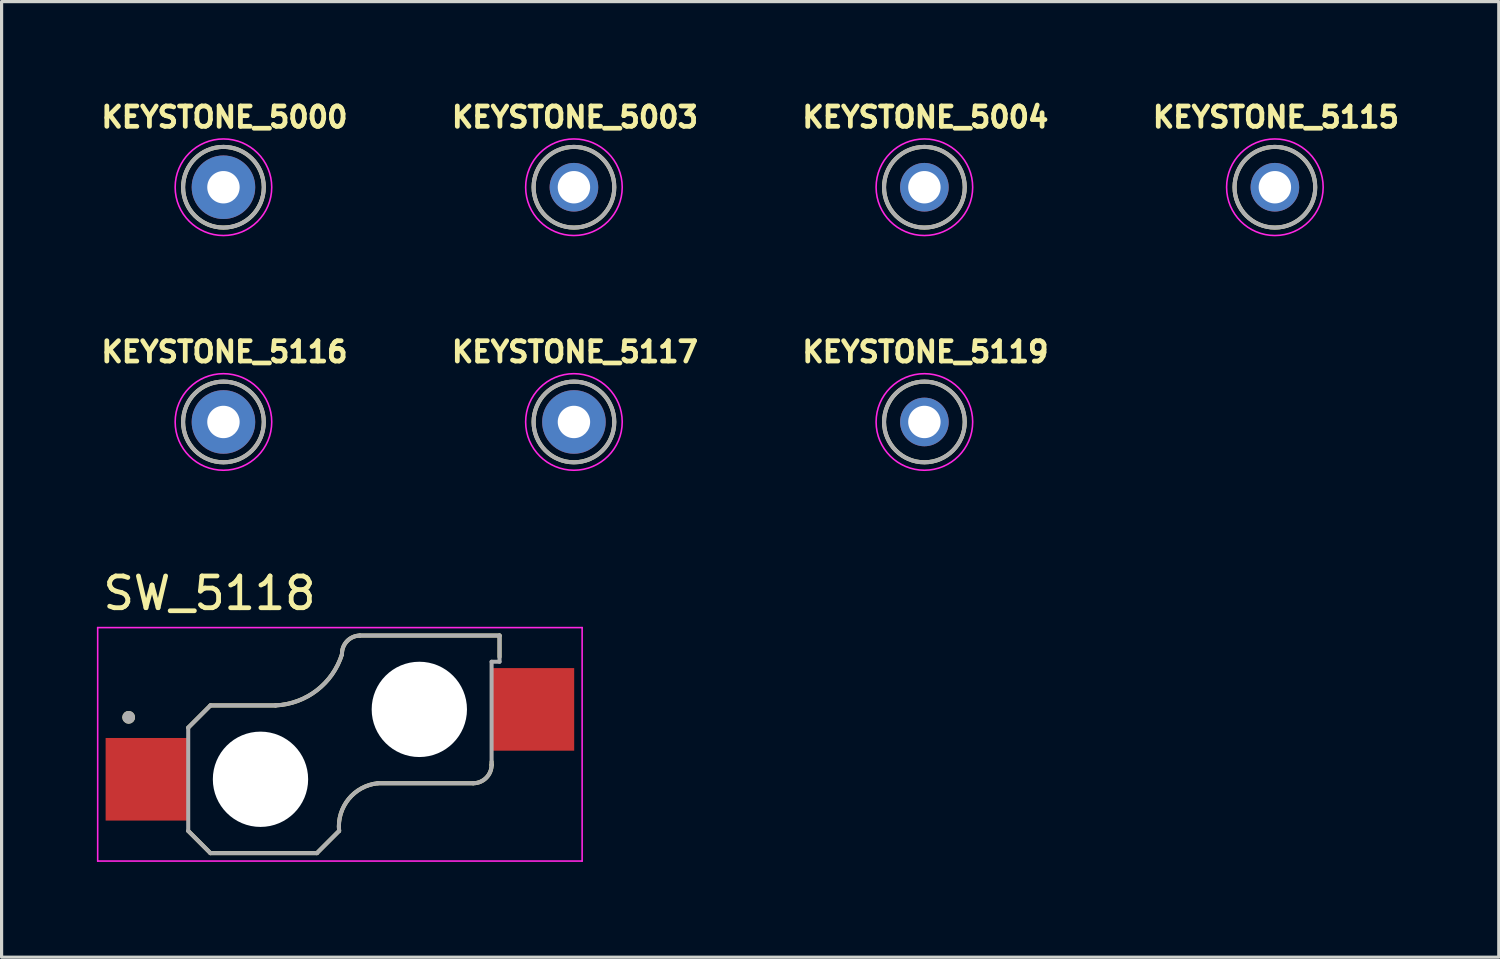
<source format=kicad_pcb>
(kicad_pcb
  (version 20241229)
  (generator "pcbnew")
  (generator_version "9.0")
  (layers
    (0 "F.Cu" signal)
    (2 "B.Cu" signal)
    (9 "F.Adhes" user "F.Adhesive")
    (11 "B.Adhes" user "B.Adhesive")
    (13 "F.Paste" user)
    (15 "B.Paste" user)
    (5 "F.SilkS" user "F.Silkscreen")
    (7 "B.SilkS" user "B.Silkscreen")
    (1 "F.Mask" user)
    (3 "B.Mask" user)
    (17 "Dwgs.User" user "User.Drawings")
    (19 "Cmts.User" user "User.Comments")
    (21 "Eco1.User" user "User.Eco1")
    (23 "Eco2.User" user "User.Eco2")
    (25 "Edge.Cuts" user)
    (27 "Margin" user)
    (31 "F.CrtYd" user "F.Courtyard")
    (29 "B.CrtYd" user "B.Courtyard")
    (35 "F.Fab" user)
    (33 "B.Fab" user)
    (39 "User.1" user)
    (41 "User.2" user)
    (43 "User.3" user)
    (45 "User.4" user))
  (footprint "KEYSTONE_5000"
    (layer "F.Cu")
    (at 3.984 2.844)
    (property "Reference" "KEYSTONE_5000" (at 0.032 -2.206 0) (layer "F.SilkS") (effects (font (size 0.64 0.64) (thickness 0.15))))
    (attr through_hole)
    (fp_circle (center 0 0) (end 1.27 0) (stroke (width 0.127) (type solid)) (fill no) (layer "F.SilkS"))
    (fp_circle (center 0 0) (end 1.52 0) (stroke (width 0.05) (type solid)) (fill no) (layer "F.CrtYd"))
    (fp_circle (center 0 0) (end 1.27 0) (stroke (width 0.127) (type solid)) (fill no) (layer "F.Fab"))
    (pad "1" thru_hole circle (at 0 0) (size 2 2) (drill 1.02) (layers "*.Cu" "*.Mask")))
  (footprint "KEYSTONE_5117"
    (layer "F.Cu")
    (at 15.017 10.233)
    (property "Reference" "KEYSTONE_5117" (at 0.032 -2.206 0) (layer "F.SilkS") (effects (font (size 0.64 0.64) (thickness 0.15))))
    (attr through_hole)
    (fp_circle (center 0 0) (end 1.27 0) (stroke (width 0.127) (type solid)) (fill no) (layer "F.SilkS"))
    (fp_circle (center 0 0) (end 1.52 0) (stroke (width 0.05) (type solid)) (fill no) (layer "F.CrtYd"))
    (fp_circle (center 0 0) (end 1.27 0) (stroke (width 0.127) (type solid)) (fill no) (layer "F.Fab"))
    (pad "1" thru_hole circle (at 0 0) (size 2 2) (drill 1.02) (layers "*.Cu" "*.Mask")))
  (footprint "KEYSTONE_5116"
    (layer "F.Cu")
    (at 3.984 10.233)
    (property "Reference" "KEYSTONE_5116" (at 0.032 -2.206 0) (layer "F.SilkS") (effects (font (size 0.64 0.64) (thickness 0.15))))
    (attr through_hole)
    (fp_circle (center 0 0) (end 1.27 0) (stroke (width 0.127) (type solid)) (fill no) (layer "F.SilkS"))
    (fp_circle (center 0 0) (end 1.52 0) (stroke (width 0.05) (type solid)) (fill no) (layer "F.CrtYd"))
    (fp_circle (center 0 0) (end 1.27 0) (stroke (width 0.127) (type solid)) (fill no) (layer "F.Fab"))
    (pad "1" thru_hole circle (at 0 0) (size 2 2) (drill 1.02) (layers "*.Cu" "*.Mask")))
  (footprint "KEYSTONE_5003"
    (layer "F.Cu")
    (at 15.017 2.844)
    (property "Reference" "KEYSTONE_5003" (at 0.032 -2.206 0) (layer "F.SilkS") (effects (font (size 0.64 0.64) (thickness 0.15))))
    (attr through_hole)
    (fp_circle (center 0 0) (end 1.27 0) (stroke (width 0.127) (type solid)) (fill no) (layer "F.SilkS"))
    (fp_circle (center 0 0) (end 1.52 0) (stroke (width 0.05) (type solid)) (fill no) (layer "F.CrtYd"))
    (fp_circle (center 0 0) (end 1.27 0) (stroke (width 0.127) (type solid)) (fill no) (layer "F.Fab"))
    (pad "TP" thru_hole circle (at 0 0) (size 1.53 1.53) (drill 1.02) (layers "*.Cu" "*.Mask")))
  (footprint "KEYSTONE_5119"
    (layer "F.Cu")
    (at 26.049 10.233)
    (property "Reference" "KEYSTONE_5119" (at 0.032 -2.206 0) (layer "F.SilkS") (effects (font (size 0.64 0.64) (thickness 0.15))))
    (attr through_hole)
    (fp_circle (center 0 0) (end 1.27 0) (stroke (width 0.127) (type solid)) (fill no) (layer "F.SilkS"))
    (fp_circle (center 0 0) (end 1.52 0) (stroke (width 0.05) (type solid)) (fill no) (layer "F.CrtYd"))
    (fp_circle (center 0 0) (end 1.27 0) (stroke (width 0.127) (type solid)) (fill no) (layer "F.Fab"))
    (pad "TP" thru_hole circle (at 0 0) (size 1.53 1.53) (drill 1.02) (layers "*.Cu" "*.Mask")))
  (footprint "KEYSTONE_5004"
    (layer "F.Cu")
    (at 26.049 2.844)
    (property "Reference" "KEYSTONE_5004" (at 0.032 -2.206 0) (layer "F.SilkS") (effects (font (size 0.64 0.64) (thickness 0.15))))
    (attr through_hole)
    (fp_circle (center 0 0) (end 1.27 0) (stroke (width 0.127) (type solid)) (fill no) (layer "F.SilkS"))
    (fp_circle (center 0 0) (end 1.52 0) (stroke (width 0.05) (type solid)) (fill no) (layer "F.CrtYd"))
    (fp_circle (center 0 0) (end 1.27 0) (stroke (width 0.127) (type solid)) (fill no) (layer "F.Fab"))
    (pad "TP" thru_hole circle (at 0 0) (size 1.53 1.53) (drill 1.02) (layers "*.Cu" "*.Mask")))
  (footprint "KEYSTONE_5115"
    (layer "F.Cu")
    (at 37.082 2.844)
    (property "Reference" "KEYSTONE_5115" (at 0.032 -2.206 0) (layer "F.SilkS") (effects (font (size 0.64 0.64) (thickness 0.15))))
    (attr through_hole)
    (fp_circle (center 0 0) (end 1.27 0) (stroke (width 0.127) (type solid)) (fill no) (layer "F.SilkS"))
    (fp_circle (center 0 0) (end 1.52 0) (stroke (width 0.05) (type solid)) (fill no) (layer "F.CrtYd"))
    (fp_circle (center 0 0) (end 1.27 0) (stroke (width 0.127) (type solid)) (fill no) (layer "F.Fab"))
    (pad "TP" thru_hole circle (at 0 0) (size 1.53 1.53) (drill 1.02) (layers "*.Cu" "*.Mask")))
  (footprint "SW_5118"
    (layer "F.Cu")
    (at 7.65 20.381)
    (property "Reference" "SW_5118" (at -4.105 -4.755 0) (layer "F.SilkS") (effects (font (size 1 1) (thickness 0.15))))
    (attr smd)
    (fp_line (start -4.775 -0.525) (end -4.075 -1.225) (stroke (width 0.127) (type solid)) (layer "F.SilkS"))
    (fp_line (start -4.075 -1.225) (end -2.025 -1.225) (stroke (width 0.127) (type solid)) (layer "F.SilkS"))
    (fp_line (start -4.075 3.425) (end -4.775 2.725) (stroke (width 0.127) (type solid)) (layer "F.SilkS"))
    (fp_line (start -0.725 3.425) (end -4.075 3.425) (stroke (width 0.127) (type solid)) (layer "F.SilkS"))
    (fp_line (start -0.025 2.725) (end -0.725 3.425) (stroke (width 0.127) (type solid)) (layer "F.SilkS"))
    (fp_line (start 0.625 -3.425) (end 5.025 -3.425) (stroke (width 0.127) (type solid)) (layer "F.SilkS"))
    (fp_line (start 4.195 1.225) (end 1.195 1.225) (stroke (width 0.127) (type solid)) (layer "F.SilkS"))
    (fp_line (start 4.775 0.55) (end 4.775 0.65) (stroke (width 0.127) (type solid)) (layer "F.SilkS"))
    (fp_line (start 5.025 -3.425) (end 5.025 -2.75) (stroke (width 0.127) (type solid)) (layer "F.SilkS"))
    (fp_arc (start -0.025 2.725) (mid 0.27434 1.72233) (end 1.195 1.225) (stroke (width 0.127) (type solid)) (layer "F.SilkS"))
    (fp_arc (start 0.065 -2.835) (mid -0.726185 -1.700513) (end -2.025 -1.225) (stroke (width 0.127) (type solid)) (layer "F.SilkS"))
    (fp_arc (start 0.065 -2.835) (mid 0.222807 -3.24598) (end 0.625 -3.425) (stroke (width 0.127) (type solid)) (layer "F.SilkS"))
    (fp_arc (start 4.775 0.645) (mid 4.605122 1.055122) (end 4.195 1.225) (stroke (width 0.127) (type solid)) (layer "F.SilkS"))
    (fp_circle (center -6.65 -0.85) (end -6.55 -0.85) (stroke (width 0.2) (type solid)) (fill no) (layer "F.SilkS"))
    (fp_line (start -7.625 -3.675) (end -7.625 3.675) (stroke (width 0.05) (type solid)) (layer "F.CrtYd"))
    (fp_line (start -7.625 3.675) (end 7.625 3.675) (stroke (width 0.05) (type solid)) (layer "F.CrtYd"))
    (fp_line (start 7.625 -3.675) (end -7.625 -3.675) (stroke (width 0.05) (type solid)) (layer "F.CrtYd"))
    (fp_line (start 7.625 3.675) (end 7.625 -3.675) (stroke (width 0.05) (type solid)) (layer "F.CrtYd"))
    (fp_line (start -4.775 -0.525) (end -4.075 -1.225) (stroke (width 0.127) (type solid)) (layer "F.Fab"))
    (fp_line (start -4.775 2.725) (end -4.775 -0.525) (stroke (width 0.127) (type solid)) (layer "F.Fab"))
    (fp_line (start -4.075 -1.225) (end -2.025 -1.225) (stroke (width 0.127) (type solid)) (layer "F.Fab"))
    (fp_line (start -4.075 3.425) (end -4.775 2.725) (stroke (width 0.127) (type solid)) (layer "F.Fab"))
    (fp_line (start -0.725 3.425) (end -4.075 3.425) (stroke (width 0.127) (type solid)) (layer "F.Fab"))
    (fp_line (start -0.025 2.725) (end -0.725 3.425) (stroke (width 0.127) (type solid)) (layer "F.Fab"))
    (fp_line (start 0.625 -3.425) (end 5.025 -3.425) (stroke (width 0.127) (type solid)) (layer "F.Fab"))
    (fp_line (start 4.195 1.225) (end 1.195 1.225) (stroke (width 0.127) (type solid)) (layer "F.Fab"))
    (fp_line (start 4.775 -2.6) (end 4.775 0.645) (stroke (width 0.127) (type solid)) (layer "F.Fab"))
    (fp_line (start 5.025 -3.425) (end 5.025 -2.6) (stroke (width 0.127) (type solid)) (layer "F.Fab"))
    (fp_line (start 5.025 -2.6) (end 4.775 -2.6) (stroke (width 0.127) (type solid)) (layer "F.Fab"))
    (fp_arc (start -0.025 2.725) (mid 0.27434 1.72233) (end 1.195 1.225) (stroke (width 0.127) (type solid)) (layer "F.Fab"))
    (fp_arc (start 0.065 -2.835) (mid -0.726185 -1.700513) (end -2.025 -1.225) (stroke (width 0.127) (type solid)) (layer "F.Fab"))
    (fp_arc (start 0.065 -2.835) (mid 0.222807 -3.24598) (end 0.625 -3.425) (stroke (width 0.127) (type solid)) (layer "F.Fab"))
    (fp_arc (start 4.775 0.645) (mid 4.605122 1.055122) (end 4.195 1.225) (stroke (width 0.127) (type solid)) (layer "F.Fab"))
    (fp_circle (center -6.65 -0.85) (end -6.55 -0.85) (stroke (width 0.2) (type solid)) (fill no) (layer "F.Fab"))
    (pad "" np_thru_hole circle (at -2.5 1.1) (size 3 3) (drill 3) (layers "*.Cu" "*.Mask"))
    (pad "" np_thru_hole circle (at 2.5 -1.1) (size 3 3) (drill 3) (layers "*.Cu" "*.Mask"))
    (pad "1" smd rect (at -6.075 1.1) (size 2.6 2.6) (layers "F.Cu" "F.Mask" "F.Paste"))
    (pad "2" smd rect (at 6.075 -1.1) (size 2.6 2.6) (layers "F.Cu" "F.Mask" "F.Paste")))
  (gr_rect
    (start -3 -3)
    (end 44.13 27.081)
    (stroke (width 0.1) (type default))
    (fill no)
    (layer "Edge.Cuts")))
</source>
